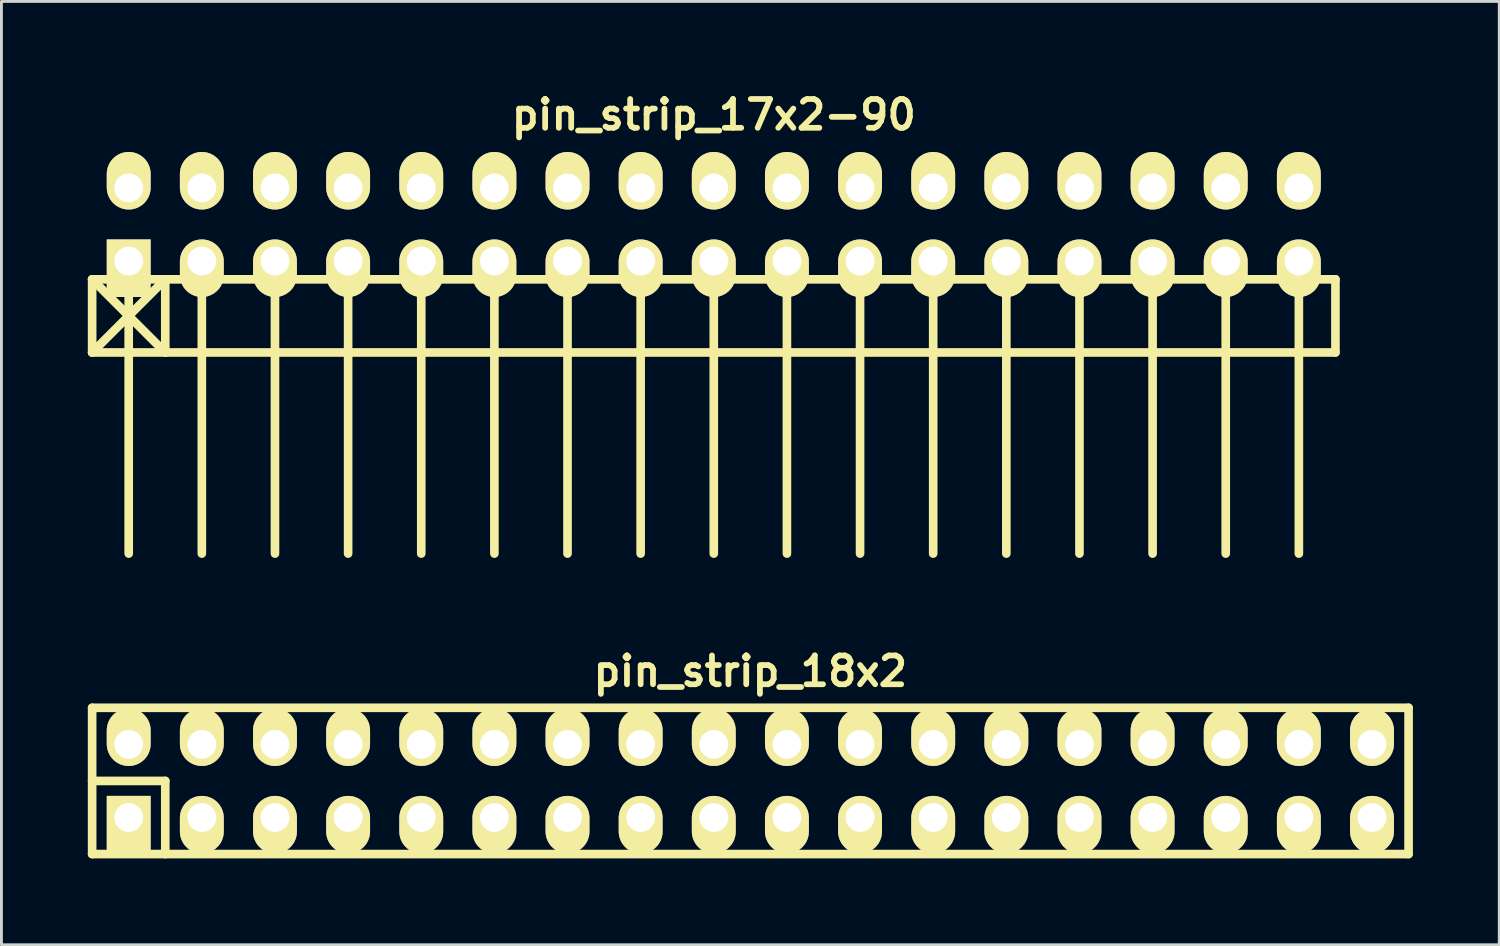
<source format=kicad_pcb>
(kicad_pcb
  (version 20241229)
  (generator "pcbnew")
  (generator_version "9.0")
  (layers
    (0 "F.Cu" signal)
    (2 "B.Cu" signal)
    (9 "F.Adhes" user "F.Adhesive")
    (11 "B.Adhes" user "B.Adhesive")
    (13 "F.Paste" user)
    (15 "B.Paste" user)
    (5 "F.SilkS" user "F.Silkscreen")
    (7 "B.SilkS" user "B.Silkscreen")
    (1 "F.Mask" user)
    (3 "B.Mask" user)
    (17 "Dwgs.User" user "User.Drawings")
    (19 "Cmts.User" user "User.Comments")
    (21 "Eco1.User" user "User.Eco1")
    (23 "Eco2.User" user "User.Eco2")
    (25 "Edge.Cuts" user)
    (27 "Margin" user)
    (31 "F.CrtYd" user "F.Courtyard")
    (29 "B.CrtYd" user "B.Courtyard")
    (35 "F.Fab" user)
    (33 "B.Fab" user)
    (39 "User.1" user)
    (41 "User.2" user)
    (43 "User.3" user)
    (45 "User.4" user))
  (footprint "pin_strip_17x2-90"
    (layer "F.Cu")
    (at 21.74 4.746)
    (property "Reference" "pin_strip_17x2-90" (at 0 -3.81 0) (layer "F.SilkS") (effects (font (size 1 1) (thickness 0.2))))
    (attr through_hole)
    (fp_line (start -21.59 1.905) (end -19.05 4.445) (stroke (width 0.3) (type solid)) (layer "F.SilkS"))
    (fp_line (start -21.59 1.905) (end 21.59 1.905) (stroke (width 0.3) (type solid)) (layer "F.SilkS"))
    (fp_line (start -21.59 4.445) (end -21.59 1.905) (stroke (width 0.3) (type solid)) (layer "F.SilkS"))
    (fp_line (start -20.32 1.27) (end -20.32 11.43) (stroke (width 0.3) (type solid)) (layer "F.SilkS"))
    (fp_line (start -19.05 1.905) (end -21.59 4.445) (stroke (width 0.3) (type solid)) (layer "F.SilkS"))
    (fp_line (start -19.05 4.445) (end -19.05 1.905) (stroke (width 0.3) (type solid)) (layer "F.SilkS"))
    (fp_line (start -17.78 1.27) (end -17.78 11.43) (stroke (width 0.3) (type solid)) (layer "F.SilkS"))
    (fp_line (start -15.24 11.43) (end -15.24 1.27) (stroke (width 0.3) (type solid)) (layer "F.SilkS"))
    (fp_line (start -12.7 1.27) (end -12.7 11.43) (stroke (width 0.3) (type solid)) (layer "F.SilkS"))
    (fp_line (start -10.16 1.27) (end -10.16 11.43) (stroke (width 0.3) (type solid)) (layer "F.SilkS"))
    (fp_line (start -7.62 1.27) (end -7.62 11.43) (stroke (width 0.3) (type solid)) (layer "F.SilkS"))
    (fp_line (start -5.08 1.27) (end -5.08 11.43) (stroke (width 0.3) (type solid)) (layer "F.SilkS"))
    (fp_line (start -2.54 1.27) (end -2.54 11.43) (stroke (width 0.3) (type solid)) (layer "F.SilkS"))
    (fp_line (start 0 1.27) (end 0 11.43) (stroke (width 0.3) (type solid)) (layer "F.SilkS"))
    (fp_line (start 2.54 1.27) (end 2.54 11.43) (stroke (width 0.3) (type solid)) (layer "F.SilkS"))
    (fp_line (start 5.08 1.27) (end 5.08 11.43) (stroke (width 0.3) (type solid)) (layer "F.SilkS"))
    (fp_line (start 7.62 1.27) (end 7.62 11.43) (stroke (width 0.3) (type solid)) (layer "F.SilkS"))
    (fp_line (start 10.16 11.43) (end 10.16 1.27) (stroke (width 0.3) (type solid)) (layer "F.SilkS"))
    (fp_line (start 12.7 1.27) (end 12.7 11.43) (stroke (width 0.3) (type solid)) (layer "F.SilkS"))
    (fp_line (start 15.24 1.27) (end 15.24 11.43) (stroke (width 0.3) (type solid)) (layer "F.SilkS"))
    (fp_line (start 17.78 1.27) (end 17.78 11.43) (stroke (width 0.3) (type solid)) (layer "F.SilkS"))
    (fp_line (start 20.32 1.27) (end 20.32 11.43) (stroke (width 0.3) (type solid)) (layer "F.SilkS"))
    (fp_line (start 21.59 1.905) (end 21.59 4.445) (stroke (width 0.3) (type solid)) (layer "F.SilkS"))
    (fp_line (start 21.59 4.445) (end -21.59 4.445) (stroke (width 0.3) (type solid)) (layer "F.SilkS"))
    (pad "1" thru_hole rect (at -20.32 1.27) (size 1.524 1.999) (drill 1.001 (offset 0 0.249)) (layers "*.Cu" "*.Mask" "F.SilkS"))
    (pad "2" thru_hole oval (at -20.32 -1.27) (size 1.524 1.999) (drill 1.001 (offset 0 -0.249)) (layers "*.Cu" "*.Mask" "F.SilkS"))
    (pad "3" thru_hole oval (at -17.78 1.27) (size 1.524 1.999) (drill 1.001 (offset 0 0.249)) (layers "*.Cu" "*.Mask" "F.SilkS"))
    (pad "4" thru_hole oval (at -17.78 -1.27) (size 1.524 1.999) (drill 1.001 (offset 0 -0.249)) (layers "*.Cu" "*.Mask" "F.SilkS"))
    (pad "5" thru_hole oval (at -15.24 1.27) (size 1.524 1.999) (drill 1.001 (offset 0 0.249)) (layers "*.Cu" "*.Mask" "F.SilkS"))
    (pad "6" thru_hole oval (at -15.24 -1.27) (size 1.524 1.999) (drill 1.001 (offset 0 -0.249)) (layers "*.Cu" "*.Mask" "F.SilkS"))
    (pad "7" thru_hole oval (at -12.7 1.27) (size 1.524 1.999) (drill 1.001 (offset 0 0.249)) (layers "*.Cu" "*.Mask" "F.SilkS"))
    (pad "8" thru_hole oval (at -12.7 -1.27) (size 1.524 1.999) (drill 1.001 (offset 0 -0.249)) (layers "*.Cu" "*.Mask" "F.SilkS"))
    (pad "9" thru_hole oval (at -10.16 1.27) (size 1.524 1.999) (drill 1.001 (offset 0 0.249)) (layers "*.Cu" "*.Mask" "F.SilkS"))
    (pad "10" thru_hole oval (at -10.16 -1.27) (size 1.524 1.999) (drill 1.001 (offset 0 -0.249)) (layers "*.Cu" "*.Mask" "F.SilkS"))
    (pad "11" thru_hole oval (at -7.62 1.27) (size 1.524 1.999) (drill 1.001 (offset 0 0.249)) (layers "*.Cu" "*.Mask" "F.SilkS"))
    (pad "12" thru_hole oval (at -7.62 -1.27) (size 1.524 1.999) (drill 1.001 (offset 0 -0.249)) (layers "*.Cu" "*.Mask" "F.SilkS"))
    (pad "13" thru_hole oval (at -5.08 1.27) (size 1.524 1.999) (drill 1.001 (offset 0 0.249)) (layers "*.Cu" "*.Mask" "F.SilkS"))
    (pad "14" thru_hole oval (at -5.08 -1.27) (size 1.524 1.999) (drill 1.001 (offset 0 -0.249)) (layers "*.Cu" "*.Mask" "F.SilkS"))
    (pad "15" thru_hole oval (at -2.54 1.27) (size 1.524 1.999) (drill 1.001 (offset 0 0.249)) (layers "*.Cu" "*.Mask" "F.SilkS"))
    (pad "16" thru_hole oval (at -2.54 -1.27) (size 1.524 1.999) (drill 1.001 (offset 0 -0.249)) (layers "*.Cu" "*.Mask" "F.SilkS"))
    (pad "17" thru_hole oval (at 0 1.27) (size 1.524 1.999) (drill 1.001 (offset 0 0.249)) (layers "*.Cu" "*.Mask" "F.SilkS"))
    (pad "18" thru_hole oval (at 0 -1.27) (size 1.524 1.999) (drill 1.001 (offset 0 -0.249)) (layers "*.Cu" "*.Mask" "F.SilkS"))
    (pad "19" thru_hole oval (at 2.54 1.27) (size 1.524 1.999) (drill 1.001 (offset 0 0.249)) (layers "*.Cu" "*.Mask" "F.SilkS"))
    (pad "20" thru_hole oval (at 2.54 -1.27) (size 1.524 1.999) (drill 1.001 (offset 0 -0.249)) (layers "*.Cu" "*.Mask" "F.SilkS"))
    (pad "21" thru_hole oval (at 5.08 1.27) (size 1.524 1.999) (drill 1.001 (offset 0 0.249)) (layers "*.Cu" "*.Mask" "F.SilkS"))
    (pad "22" thru_hole oval (at 5.08 -1.27) (size 1.524 1.999) (drill 1.001 (offset 0 -0.249)) (layers "*.Cu" "*.Mask" "F.SilkS"))
    (pad "23" thru_hole oval (at 7.62 1.27) (size 1.524 1.999) (drill 1.001 (offset 0 0.249)) (layers "*.Cu" "*.Mask" "F.SilkS"))
    (pad "24" thru_hole oval (at 7.62 -1.27) (size 1.524 1.999) (drill 1.001 (offset 0 -0.249)) (layers "*.Cu" "*.Mask" "F.SilkS"))
    (pad "25" thru_hole oval (at 10.16 1.27) (size 1.524 1.999) (drill 1.001 (offset 0 0.249)) (layers "*.Cu" "*.Mask" "F.SilkS"))
    (pad "26" thru_hole oval (at 10.16 -1.27) (size 1.524 1.999) (drill 1.001 (offset 0 -0.249)) (layers "*.Cu" "*.Mask" "F.SilkS"))
    (pad "27" thru_hole oval (at 12.7 1.27) (size 1.524 1.999) (drill 1.001 (offset 0 0.249)) (layers "*.Cu" "*.Mask" "F.SilkS"))
    (pad "28" thru_hole oval (at 12.7 -1.27) (size 1.524 1.999) (drill 1.001 (offset 0 -0.249)) (layers "*.Cu" "*.Mask" "F.SilkS"))
    (pad "29" thru_hole oval (at 15.24 1.27) (size 1.524 1.999) (drill 1.001 (offset 0 0.249)) (layers "*.Cu" "*.Mask" "F.SilkS"))
    (pad "30" thru_hole oval (at 15.24 -1.27) (size 1.524 1.999) (drill 1.001 (offset 0 -0.249)) (layers "*.Cu" "*.Mask" "F.SilkS"))
    (pad "31" thru_hole oval (at 17.78 1.27) (size 1.524 1.999) (drill 1.001 (offset 0 0.249)) (layers "*.Cu" "*.Mask" "F.SilkS"))
    (pad "32" thru_hole oval (at 17.78 -1.27) (size 1.524 1.999) (drill 1.001 (offset 0 -0.249)) (layers "*.Cu" "*.Mask" "F.SilkS"))
    (pad "33" thru_hole oval (at 20.32 1.27) (size 1.524 1.999) (drill 1.001 (offset 0 0.249)) (layers "*.Cu" "*.Mask" "F.SilkS"))
    (pad "34" thru_hole oval (at 20.32 -1.27) (size 1.524 1.999) (drill 1.001 (offset 0 -0.249)) (layers "*.Cu" "*.Mask" "F.SilkS")))
  (footprint "pin_strip_18x2"
    (layer "F.Cu")
    (at 23.01 24.072)
    (property "Reference" "pin_strip_18x2" (at 0 -3.81 0) (layer "F.SilkS") (effects (font (size 1 1) (thickness 0.2))))
    (attr through_hole)
    (fp_line (start -22.86 -2.54) (end -22.86 2.54) (stroke (width 0.3) (type solid)) (layer "F.SilkS"))
    (fp_line (start -22.86 0) (end -20.32 0) (stroke (width 0.3) (type solid)) (layer "F.SilkS"))
    (fp_line (start -22.86 2.54) (end 22.86 2.54) (stroke (width 0.3) (type solid)) (layer "F.SilkS"))
    (fp_line (start -20.32 0) (end -20.32 2.54) (stroke (width 0.3) (type solid)) (layer "F.SilkS"))
    (fp_line (start 22.86 -2.54) (end -22.86 -2.54) (stroke (width 0.3) (type solid)) (layer "F.SilkS"))
    (fp_line (start 22.86 2.54) (end 22.86 -2.54) (stroke (width 0.3) (type solid)) (layer "F.SilkS"))
    (pad "1" thru_hole rect (at -21.59 1.27) (size 1.524 1.999) (drill 1.001 (offset 0 0.249)) (layers "*.Cu" "*.Mask" "F.SilkS"))
    (pad "2" thru_hole oval (at -21.59 -1.27) (size 1.524 1.999) (drill 1.001 (offset 0 -0.249)) (layers "*.Cu" "*.Mask" "F.SilkS"))
    (pad "3" thru_hole oval (at -19.05 1.27) (size 1.524 1.999) (drill 1.001 (offset 0 0.249)) (layers "*.Cu" "*.Mask" "F.SilkS"))
    (pad "4" thru_hole oval (at -19.05 -1.27) (size 1.524 1.999) (drill 1.001 (offset 0 -0.249)) (layers "*.Cu" "*.Mask" "F.SilkS"))
    (pad "5" thru_hole oval (at -16.51 1.27) (size 1.524 1.999) (drill 1.001 (offset 0 0.249)) (layers "*.Cu" "*.Mask" "F.SilkS"))
    (pad "6" thru_hole oval (at -16.51 -1.27) (size 1.524 1.999) (drill 1.001 (offset 0 -0.249)) (layers "*.Cu" "*.Mask" "F.SilkS"))
    (pad "7" thru_hole oval (at -13.97 1.27) (size 1.524 1.999) (drill 1.001 (offset 0 0.249)) (layers "*.Cu" "*.Mask" "F.SilkS"))
    (pad "8" thru_hole oval (at -13.97 -1.27) (size 1.524 1.999) (drill 1.001 (offset 0 -0.249)) (layers "*.Cu" "*.Mask" "F.SilkS"))
    (pad "9" thru_hole oval (at -11.43 1.27) (size 1.524 1.999) (drill 1.001 (offset 0 0.249)) (layers "*.Cu" "*.Mask" "F.SilkS"))
    (pad "10" thru_hole oval (at -11.43 -1.27) (size 1.524 1.999) (drill 1.001 (offset 0 -0.249)) (layers "*.Cu" "*.Mask" "F.SilkS"))
    (pad "11" thru_hole oval (at -8.89 1.27) (size 1.524 1.999) (drill 1.001 (offset 0 0.249)) (layers "*.Cu" "*.Mask" "F.SilkS"))
    (pad "12" thru_hole oval (at -8.89 -1.27) (size 1.524 1.999) (drill 1.001 (offset 0 -0.249)) (layers "*.Cu" "*.Mask" "F.SilkS"))
    (pad "13" thru_hole oval (at -6.35 1.27) (size 1.524 1.999) (drill 1.001 (offset 0 0.249)) (layers "*.Cu" "*.Mask" "F.SilkS"))
    (pad "14" thru_hole oval (at -6.35 -1.27) (size 1.524 1.999) (drill 1.001 (offset 0 -0.249)) (layers "*.Cu" "*.Mask" "F.SilkS"))
    (pad "15" thru_hole oval (at -3.81 1.27) (size 1.524 1.999) (drill 1.001 (offset 0 0.249)) (layers "*.Cu" "*.Mask" "F.SilkS"))
    (pad "16" thru_hole oval (at -3.81 -1.27) (size 1.524 1.999) (drill 1.001 (offset 0 -0.249)) (layers "*.Cu" "*.Mask" "F.SilkS"))
    (pad "17" thru_hole oval (at -1.27 1.27) (size 1.524 1.999) (drill 1.001 (offset 0 0.249)) (layers "*.Cu" "*.Mask" "F.SilkS"))
    (pad "18" thru_hole oval (at -1.27 -1.27) (size 1.524 1.999) (drill 1.001 (offset 0 -0.249)) (layers "*.Cu" "*.Mask" "F.SilkS"))
    (pad "19" thru_hole oval (at 1.27 1.27) (size 1.524 1.999) (drill 1.001 (offset 0 0.249)) (layers "*.Cu" "*.Mask" "F.SilkS"))
    (pad "20" thru_hole oval (at 1.27 -1.27) (size 1.524 1.999) (drill 1.001 (offset 0 -0.249)) (layers "*.Cu" "*.Mask" "F.SilkS"))
    (pad "21" thru_hole oval (at 3.81 1.27) (size 1.524 1.999) (drill 1.001 (offset 0 0.249)) (layers "*.Cu" "*.Mask" "F.SilkS"))
    (pad "22" thru_hole oval (at 3.81 -1.27) (size 1.524 1.999) (drill 1.001 (offset 0 -0.249)) (layers "*.Cu" "*.Mask" "F.SilkS"))
    (pad "23" thru_hole oval (at 6.35 1.27) (size 1.524 1.999) (drill 1.001 (offset 0 0.249)) (layers "*.Cu" "*.Mask" "F.SilkS"))
    (pad "24" thru_hole oval (at 6.35 -1.27) (size 1.524 1.999) (drill 1.001 (offset 0 -0.249)) (layers "*.Cu" "*.Mask" "F.SilkS"))
    (pad "25" thru_hole oval (at 8.89 1.27) (size 1.524 1.999) (drill 1.001 (offset 0 0.249)) (layers "*.Cu" "*.Mask" "F.SilkS"))
    (pad "26" thru_hole oval (at 8.89 -1.27) (size 1.524 1.999) (drill 1.001 (offset 0 -0.249)) (layers "*.Cu" "*.Mask" "F.SilkS"))
    (pad "27" thru_hole oval (at 11.43 1.27) (size 1.524 1.999) (drill 1.001 (offset 0 0.249)) (layers "*.Cu" "*.Mask" "F.SilkS"))
    (pad "28" thru_hole oval (at 11.43 -1.27) (size 1.524 1.999) (drill 1.001 (offset 0 -0.249)) (layers "*.Cu" "*.Mask" "F.SilkS"))
    (pad "29" thru_hole oval (at 13.97 1.27) (size 1.524 1.999) (drill 1.001 (offset 0 0.249)) (layers "*.Cu" "*.Mask" "F.SilkS"))
    (pad "30" thru_hole oval (at 13.97 -1.27) (size 1.524 1.999) (drill 1.001 (offset 0 -0.249)) (layers "*.Cu" "*.Mask" "F.SilkS"))
    (pad "31" thru_hole oval (at 16.51 1.27) (size 1.524 1.999) (drill 1.001 (offset 0 0.249)) (layers "*.Cu" "*.Mask" "F.SilkS"))
    (pad "32" thru_hole oval (at 16.51 -1.27) (size 1.524 1.999) (drill 1.001 (offset 0 -0.249)) (layers "*.Cu" "*.Mask" "F.SilkS"))
    (pad "33" thru_hole oval (at 19.05 1.27) (size 1.524 1.999) (drill 1.001 (offset 0 0.249)) (layers "*.Cu" "*.Mask" "F.SilkS"))
    (pad "34" thru_hole oval (at 19.05 -1.27) (size 1.524 1.999) (drill 1.001 (offset 0 -0.249)) (layers "*.Cu" "*.Mask" "F.SilkS"))
    (pad "35" thru_hole oval (at 21.59 1.27) (size 1.524 1.999) (drill 1.001 (offset 0 0.249)) (layers "*.Cu" "*.Mask" "F.SilkS"))
    (pad "36" thru_hole oval (at 21.59 -1.27) (size 1.524 1.999) (drill 1.001 (offset 0 -0.249)) (layers "*.Cu" "*.Mask" "F.SilkS")))
  (gr_rect
    (start -3 -3)
    (end 49.02 29.762)
    (stroke (width 0.1) (type default))
    (fill no)
    (layer "Edge.Cuts")))
</source>
